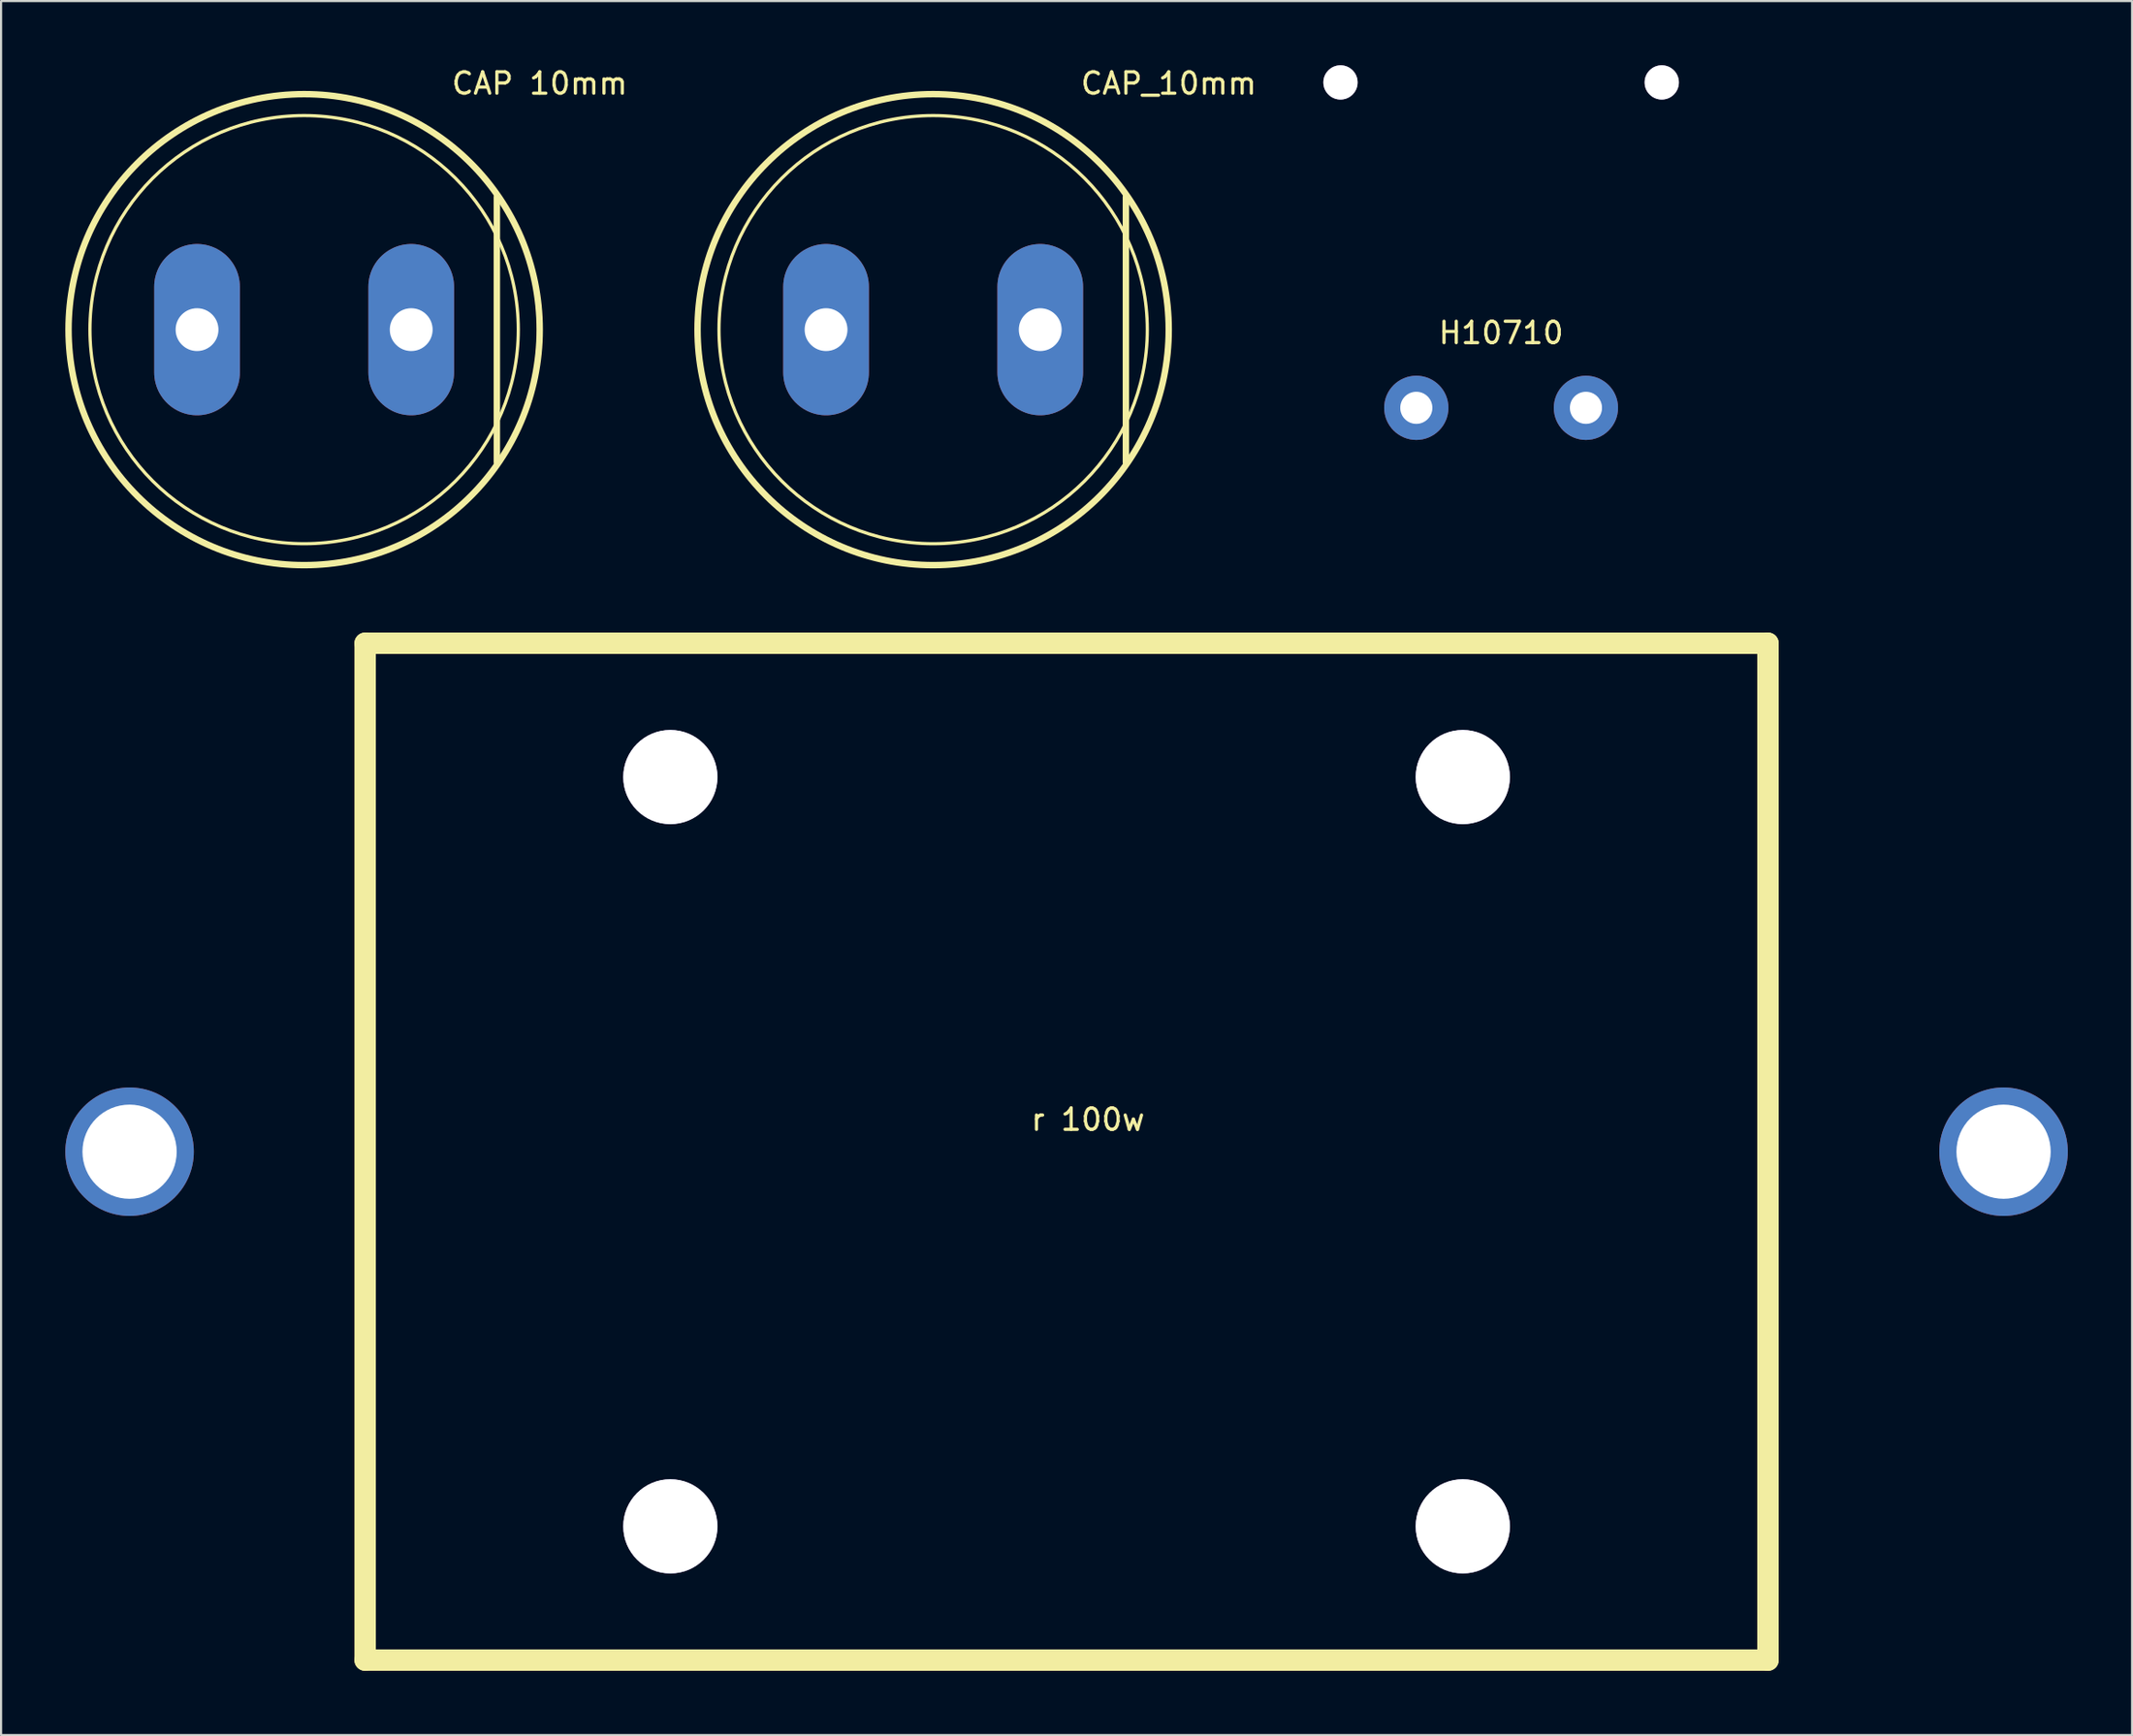
<source format=kicad_pcb>
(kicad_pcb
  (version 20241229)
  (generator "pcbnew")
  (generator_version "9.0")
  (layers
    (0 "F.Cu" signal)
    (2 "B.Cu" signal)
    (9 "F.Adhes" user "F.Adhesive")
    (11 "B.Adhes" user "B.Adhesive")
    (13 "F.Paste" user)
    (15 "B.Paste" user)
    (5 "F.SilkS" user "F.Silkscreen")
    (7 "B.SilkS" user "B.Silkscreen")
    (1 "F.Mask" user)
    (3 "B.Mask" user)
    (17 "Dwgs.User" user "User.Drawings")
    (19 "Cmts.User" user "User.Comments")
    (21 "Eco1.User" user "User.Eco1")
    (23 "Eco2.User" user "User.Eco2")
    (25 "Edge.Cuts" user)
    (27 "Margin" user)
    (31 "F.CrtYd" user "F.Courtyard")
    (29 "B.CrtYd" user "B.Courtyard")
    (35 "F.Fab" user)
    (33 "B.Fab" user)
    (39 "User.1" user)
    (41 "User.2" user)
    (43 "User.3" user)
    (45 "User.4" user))
  (footprint "r 100w"
    (layer "F.Cu")
    (at 46.75 50.748)
    (property "Reference" "r 100w" (at 1 -1.5 0) (layer "F.SilkS") (effects (font (size 1 1) (thickness 0.15))))
    (attr through_hole)
    (fp_line (start -32.75 -23.75) (end 32.75 -23.75) (stroke (width 1) (type solid)) (layer "F.SilkS"))
    (fp_line (start -32.75 23.75) (end -32.75 -23.75) (stroke (width 1) (type solid)) (layer "F.SilkS"))
    (fp_line (start 32.75 -23.75) (end 32.75 23.75) (stroke (width 1) (type solid)) (layer "F.SilkS"))
    (fp_line (start 32.75 23.75) (end -32.75 23.75) (stroke (width 1) (type solid)) (layer "F.SilkS"))
    (pad "" thru_hole circle (at -18.5 -17.5) (size 4.4 4.4) (drill 4.4) (layers "*.Cu" "*.Mask"))
    (pad "" thru_hole circle (at -18.5 17.5) (size 4.4 4.4) (drill 4.4) (layers "*.Cu" "*.Mask"))
    (pad "" thru_hole circle (at 18.5 -17.5) (size 4.4 4.4) (drill 4.4) (layers "*.Cu" "*.Mask"))
    (pad "" thru_hole circle (at 18.5 17.5) (size 4.4 4.4) (drill 4.4) (layers "*.Cu" "*.Mask"))
    (pad "1" thru_hole circle (at 43.75 0) (size 6 6) (drill 4.4) (layers "*.Cu" "*.Mask"))
    (pad "2" thru_hole circle (at -43.75 0) (size 6 6) (drill 4.4) (layers "*.Cu" "*.Mask")))
  (footprint "CAP 10mm"
    (layer "F.Cu")
    (at 11.15 12.348)
    (property "Reference" "CAP 10mm" (at 11 -11.5 0) (layer "F.SilkS") (effects (font (size 1 1) (thickness 0.15))))
    (attr through_hole)
    (fp_line (start 9 -6.2) (end 9 6.2) (stroke (width 0.3) (type solid)) (layer "F.SilkS"))
    (fp_circle (center 0 0) (end 10 0) (stroke (width 0.15) (type solid)) (fill no) (layer "F.SilkS"))
    (fp_circle (center 0 0) (end 11 0) (stroke (width 0.3) (type solid)) (fill no) (layer "F.SilkS"))
    (pad "1" thru_hole oval (at 5 0) (size 4 8) (drill 2) (layers "*.Cu" "*.Mask"))
    (pad "2" thru_hole oval (at -5 0) (size 4 8) (drill 2) (layers "*.Cu" "*.Mask")))
  (footprint "H10710"
    (layer "F.Cu")
    (at 67.04 16)
    (property "Reference" "H10710" (at 0 -3.5 0) (layer "F.SilkS") (effects (font (size 1 1) (thickness 0.15))))
    (attr through_hole)
    (pad "" thru_hole circle (at -7.5 -15.2) (size 1.6 1.6) (drill 1.6) (layers "*.Cu" "*.Mask"))
    (pad "" thru_hole circle (at 7.5 -15.2) (size 1.6 1.6) (drill 1.6) (layers "*.Cu" "*.Mask"))
    (pad "1" thru_hole circle (at -3.96 0) (size 3 3) (drill 1.5) (layers "*.Cu" "*.Mask"))
    (pad "2" thru_hole circle (at 3.96 0) (size 3 3) (drill 1.5) (layers "*.Cu" "*.Mask")))
  (footprint "CAP_10mm"
    (layer "F.Cu")
    (at 40.52 12.348)
    (property "Reference" "CAP_10mm" (at 11 -11.5 0) (layer "F.SilkS") (effects (font (size 1 1) (thickness 0.15))))
    (attr through_hole)
    (fp_line (start 9 -6.2) (end 9 6.2) (stroke (width 0.3) (type solid)) (layer "F.SilkS"))
    (fp_circle (center 0 0) (end 10 0) (stroke (width 0.15) (type solid)) (fill no) (layer "F.SilkS"))
    (fp_circle (center 0 0) (end 11 0) (stroke (width 0.3) (type solid)) (fill no) (layer "F.SilkS"))
    (pad "1" thru_hole oval (at 5 0) (size 4 8) (drill 2) (layers "*.Cu" "*.Mask"))
    (pad "2" thru_hole oval (at -5 0) (size 4 8) (drill 2) (layers "*.Cu" "*.Mask")))
  (gr_rect
    (start -3 -3)
    (end 96.5 77.998)
    (stroke (width 0.1) (type default))
    (fill no)
    (layer "Edge.Cuts")))
</source>
